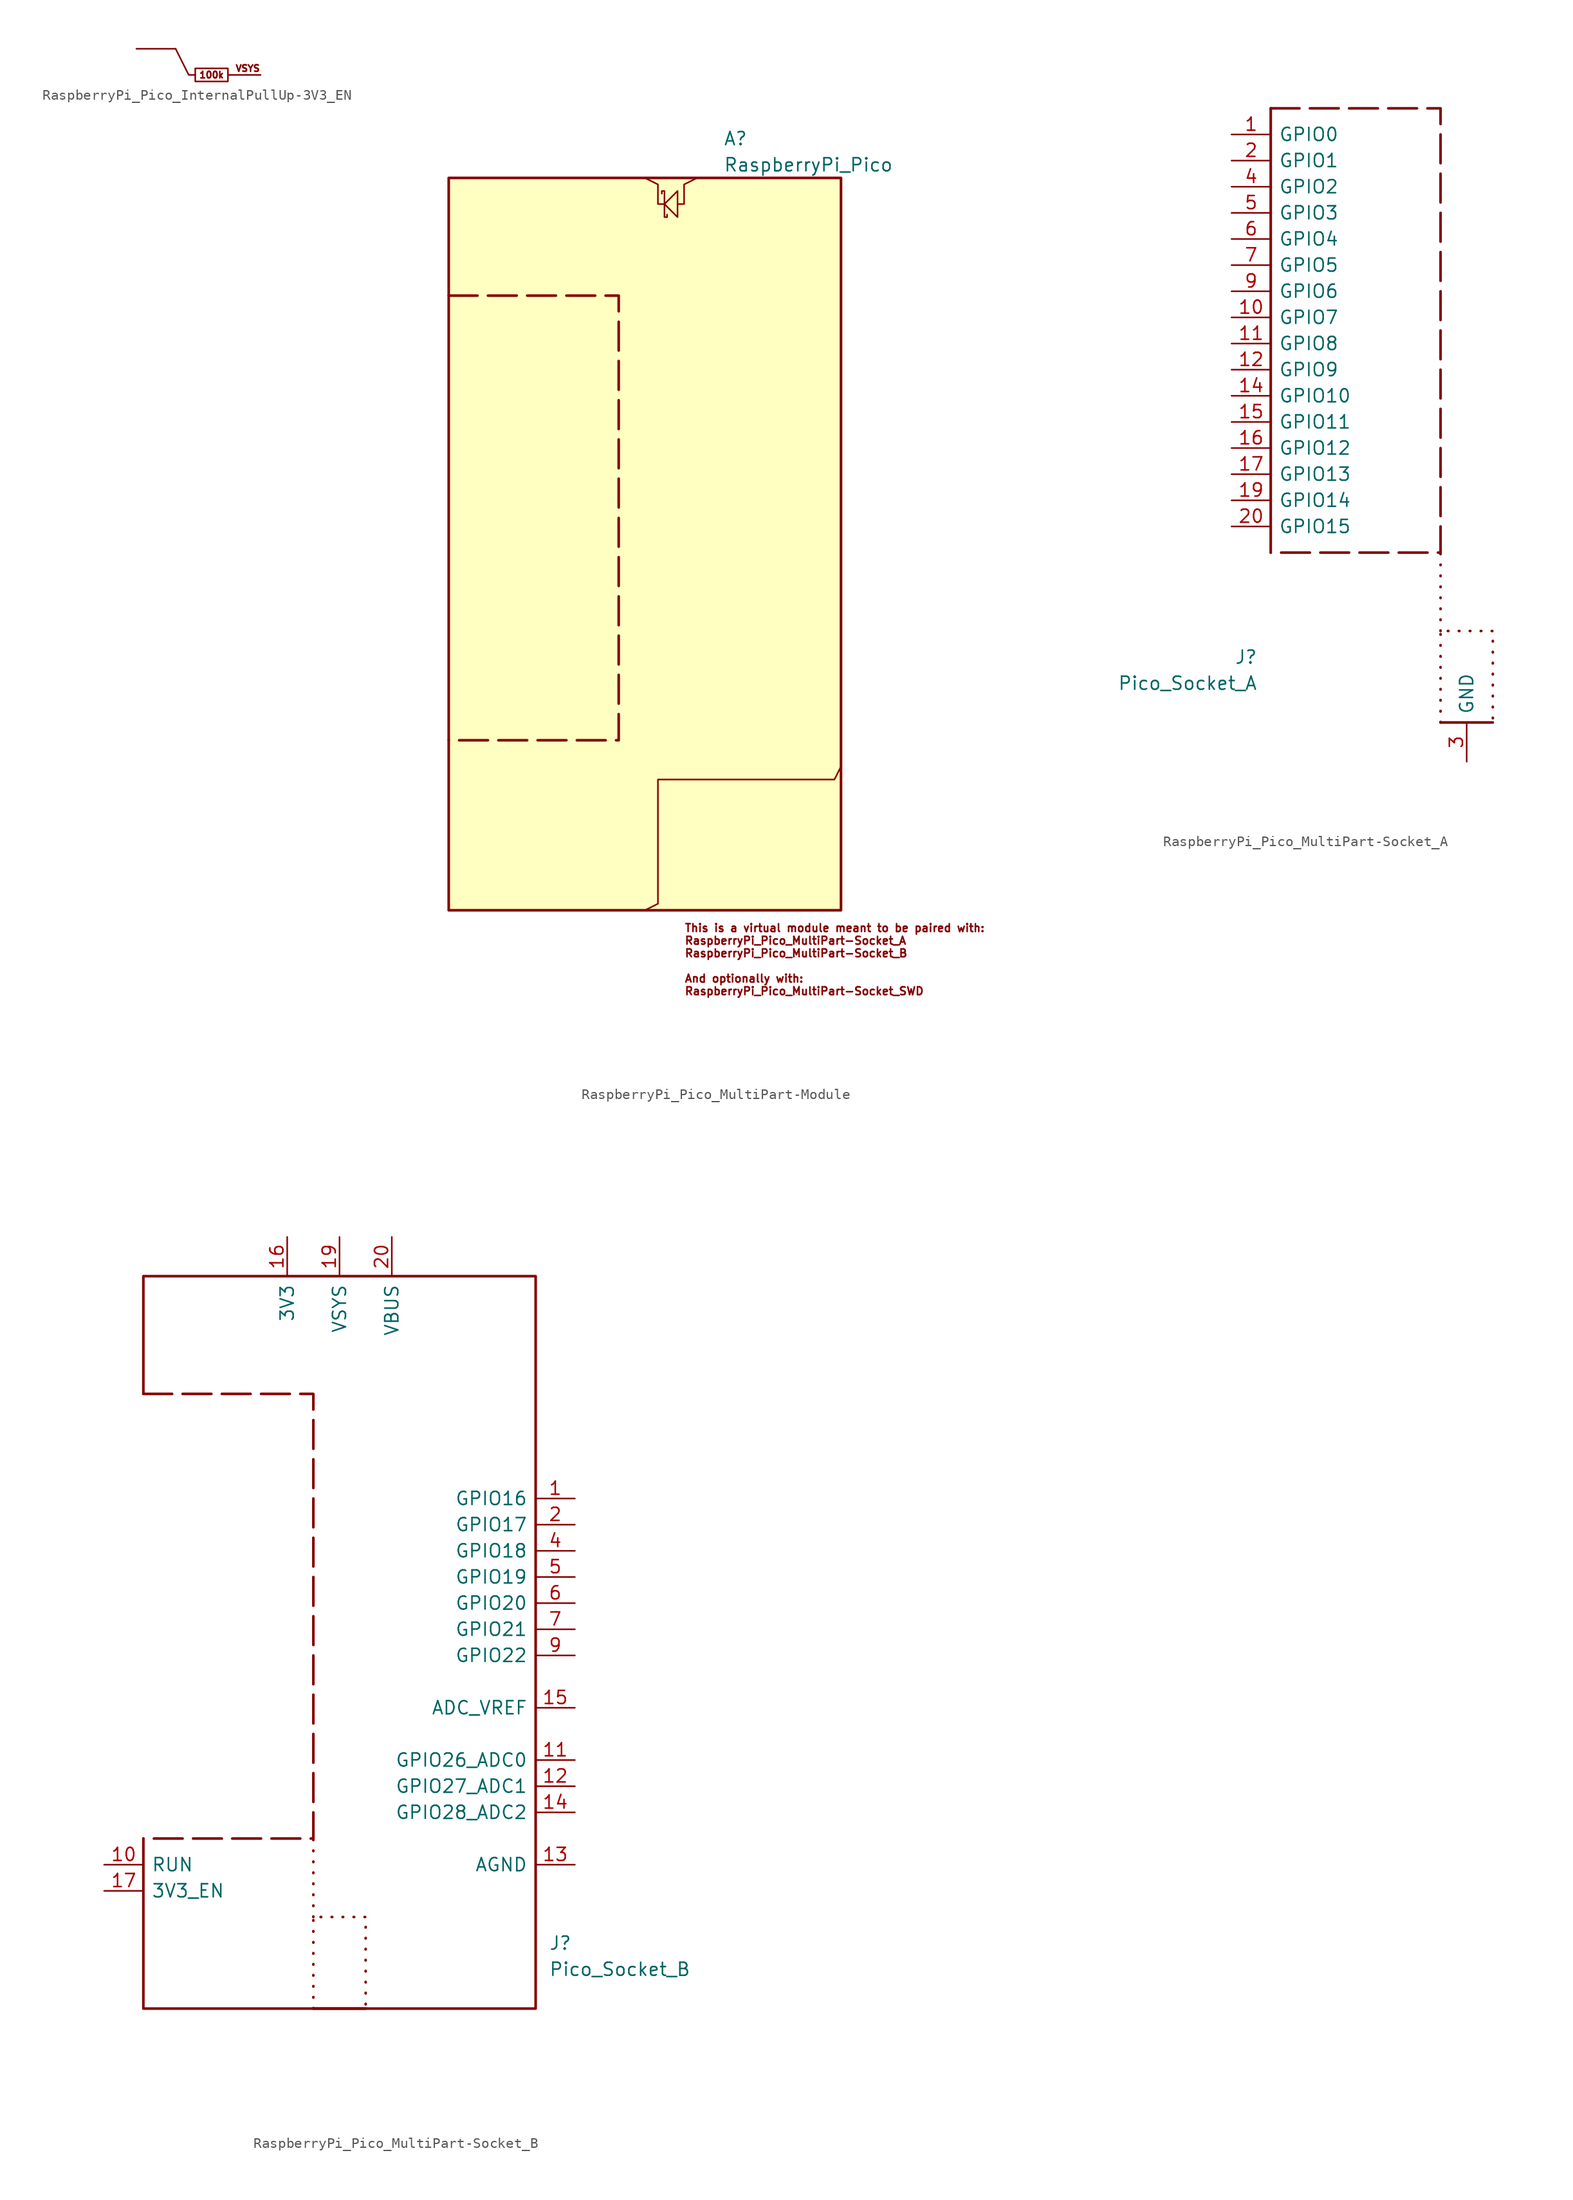
<source format=kicad_sym>
(kicad_symbol_lib
  (version 20231120)
  (generator "kicad_symbol_editor")
  (generator_version "8.0")
  (symbol "RaspberryPi_Pico_InternalPullUp-3V3_EN"
    (pin_numbers hide)
    (pin_names hide)
    (property "Reference" "#INT"
      (at 0 -7.62 0)
      (effects (font (size 1.27 1.27)) (hide yes)))
    (symbol "RaspberryPi_Pico_InternalPullUp-3V3_EN_0_1"
      (polyline (pts (xy 8.89 -2.54) (xy 12.065 -2.54)) (stroke (width 0) (type default)) (fill (type none)))
      (rectangle (start 5.715 -1.905) (end 8.89 -3.175) (stroke (width 0) (type default)) (fill (type none))))
    (symbol "RaspberryPi_Pico_InternalPullUp-3V3_EN_1_1"
      (polyline (pts (xy 5.715 -2.54) (xy 5.08 -2.54) (xy 3.81 0)) (stroke (width 0) (type default)) (fill (type none)))
      (text "100k" (at 7.303 -2.54 0) (effects (font (size 0.635 0.635))))
      (text "VSYS" (at 12.065 -1.905 0) (effects (font (size 0.635 0.635)) (justify right)))
      (pin passive line (at 0 0 0) (length 3.81) (name "INTERNAL_PULL_UP" (effects (font (size 1.27 1.27)))) (number "1" (effects (font (size 1.27 1.27)))))))
  (symbol "RaspberryPi_Pico_MultiPart-Module"
    (pin_names
      (offset 0.762))
    (property "Reference" "A"
      (at 7.62 40.64 0)
      (do_not_autoplace)
      (effects (font (size 1.27 1.27)) (justify left)))
    (property "Value" "RaspberryPi_Pico"
      (at 7.62 38.1 0)
      (do_not_autoplace)
      (effects (font (size 1.27 1.27)) (justify left)))
    (symbol "RaspberryPi_Pico_MultiPart-Module_0_1"
      (polyline (pts (xy 0 36.83) (xy 1.27 36.195) (xy 1.27 34.29) (xy 1.905 34.29)) (stroke (width 0) (type default)) (fill (type none)))
      (polyline (pts (xy 1.905 34.29) (xy 3.175 35.56) (xy 3.175 33.02) (xy 1.905 34.29)) (stroke (width 0) (type default)) (fill (type none)))
      (polyline (pts (xy 5.08 36.83) (xy 3.81 36.195) (xy 3.81 34.29) (xy 3.175 34.29)) (stroke (width 0) (type default)) (fill (type none)))
      (polyline (pts (xy 0 -34.29) (xy 1.27 -33.655) (xy 1.27 -21.59) (xy 18.415 -21.59) (xy 19.05 -20.32)) (stroke (width 0) (type default)) (fill (type none)))
      (polyline (pts (xy 1.651 35.306) (xy 1.651 35.56) (xy 1.905 35.56) (xy 1.905 33.02) (xy 2.159 33.02) (xy 2.159 33.274)) (stroke (width 0) (type default)) (fill (type none))))
    (symbol "RaspberryPi_Pico_MultiPart-Module_1_1"
      (rectangle (start -19.05 36.83) (end 19.05 -34.29) (stroke (width 0.254) (type default)) (fill (type background)))
      (polyline (pts (xy -19.05 25.4) (xy -2.54 25.4) (xy -2.54 -17.78) (xy -19.05 -17.78)) (stroke (width 0.254) (type dash)) (fill (type none)))
      (text "This is a virtual module meant to be paired with:\nRaspberryPi_Pico_MultiPart-Socket_A\nRaspberryPi_Pico_MultiPart-Socket_B\n\nAnd optionally with:\nRaspberryPi_Pico_MultiPart-Socket_SWD\n" (at 3.81 -35.56 0) (effects (font (size 0.762 0.762)) (justify left top)))))
  (symbol "RaspberryPi_Pico_MultiPart-Socket_A"
    (pin_names
      (offset 0.762))
    (property "Reference" "J"
      (at -20.32 -27.94 0)
      (do_not_autoplace)
      (effects (font (size 1.27 1.27)) (justify right)))
    (property "Value" "Pico_Socket_A"
      (at -20.32 -30.48 0)
      (do_not_autoplace)
      (effects (font (size 1.27 1.27)) (justify right)))
    (symbol "RaspberryPi_Pico_MultiPart-Socket_A_1_1"
      (polyline (pts (xy -19.05 25.4) (xy -19.05 -17.78)) (stroke (width 0.254) (type default)) (fill (type none)))
      (polyline (pts (xy -2.54 -34.29) (xy 2.54 -34.29)) (stroke (width 0.254) (type default)) (fill (type none)))
      (polyline (pts (xy -2.54 -25.4) (xy -2.54 -17.78)) (stroke (width 0.254) (type dot)) (fill (type none)))
      (polyline (pts (xy -19.05 25.4) (xy -2.54 25.4) (xy -2.54 -17.78) (xy -19.05 -17.78)) (stroke (width 0.254) (type dash)) (fill (type none)))
      (polyline (pts (xy -2.54 -34.29) (xy -2.54 -25.4) (xy 2.54 -25.4) (xy 2.54 -34.29)) (stroke (width 0.254) (type dot)) (fill (type none)))
      (pin bidirectional line (at -22.86 22.86 0) (length 3.81) (name "GPIO0" (effects (font (size 1.27 1.27)))) (number "1" (effects (font (size 1.27 1.27)))) (alternate "I2C0_SDA" bidirectional line) (alternate "PWM0_A" output line) (alternate "SPI0_RX" input line) (alternate "UART0_TX" output line) (alternate "USB_OVCUR_DET" input line))
      (pin bidirectional line (at -22.86 5.08 0) (length 3.81) (name "GPIO7" (effects (font (size 1.27 1.27)))) (number "10" (effects (font (size 1.27 1.27)))) (alternate "I2C1_SCL" bidirectional clock) (alternate "PWM3_B" bidirectional line) (alternate "SPI0_TX" output line) (alternate "UART1_RTS" output line) (alternate "USB_VBUS_DET" input line))
      (pin bidirectional line (at -22.86 2.54 0) (length 3.81) (name "GPIO8" (effects (font (size 1.27 1.27)))) (number "11" (effects (font (size 1.27 1.27)))) (alternate "I2C0_SDA" bidirectional line) (alternate "PWM4_A" output line) (alternate "SPI1_RX" input line) (alternate "UART1_TX" output line) (alternate "USB_VBUS_EN" output line))
      (pin bidirectional line (at -22.86 0 0) (length 3.81) (name "GPIO9" (effects (font (size 1.27 1.27)))) (number "12" (effects (font (size 1.27 1.27)))) (alternate "I2C0_SCL" bidirectional clock) (alternate "PWM4_B" bidirectional line) (alternate "UART1_RX" input line) (alternate "USB_OVCUR_DET" input line) (alternate "~{SPI1_CSn}" bidirectional line))
      (pin passive line (at 0 -38.1 90) (length 3.81) hide (name "GND" (effects (font (size 1.27 1.27)))) (number "13" (effects (font (size 1.27 1.27)))))
      (pin bidirectional line (at -22.86 -2.54 0) (length 3.81) (name "GPIO10" (effects (font (size 1.27 1.27)))) (number "14" (effects (font (size 1.27 1.27)))) (alternate "I2C1_SDA" bidirectional line) (alternate "PWM5_A" output line) (alternate "SPI1_SCK" bidirectional clock) (alternate "UART1_CTS" input line) (alternate "USB_VBUS_DET" input line))
      (pin bidirectional line (at -22.86 -5.08 0) (length 3.81) (name "GPIO11" (effects (font (size 1.27 1.27)))) (number "15" (effects (font (size 1.27 1.27)))) (alternate "I2C1_SCL" bidirectional clock) (alternate "PWM5_B" bidirectional line) (alternate "SPI1_TX" output line) (alternate "UART1_RTS" output line) (alternate "USB_VBUS_EN" output line))
      (pin bidirectional line (at -22.86 -7.62 0) (length 3.81) (name "GPIO12" (effects (font (size 1.27 1.27)))) (number "16" (effects (font (size 1.27 1.27)))) (alternate "I2C0_SDA" bidirectional line) (alternate "PWM6_A" output line) (alternate "SPI1_RX" input line) (alternate "UART0_TX" output line) (alternate "USB_OVCUR_DET" input line))
      (pin bidirectional line (at -22.86 -10.16 0) (length 3.81) (name "GPIO13" (effects (font (size 1.27 1.27)))) (number "17" (effects (font (size 1.27 1.27)))) (alternate "I2C0_SCL" bidirectional clock) (alternate "PWM6_B" bidirectional line) (alternate "UART0_RX" input line) (alternate "USB_VBUS_DET" input line) (alternate "~{SPI1_CSn}" bidirectional line))
      (pin passive line (at 0 -38.1 90) (length 3.81) hide (name "GND" (effects (font (size 1.27 1.27)))) (number "18" (effects (font (size 1.27 1.27)))))
      (pin bidirectional line (at -22.86 -12.7 0) (length 3.81) (name "GPIO14" (effects (font (size 1.27 1.27)))) (number "19" (effects (font (size 1.27 1.27)))) (alternate "I2C1_SDA" bidirectional line) (alternate "PWM7_A" output line) (alternate "SPI1_SCK" bidirectional clock) (alternate "UART0_CTS" input line) (alternate "USB_VBUS_EN" output line))
      (pin bidirectional line (at -22.86 20.32 0) (length 3.81) (name "GPIO1" (effects (font (size 1.27 1.27)))) (number "2" (effects (font (size 1.27 1.27)))) (alternate "I2C0_SCL" bidirectional clock) (alternate "PWM0_B" bidirectional line) (alternate "UART0_RX" input line) (alternate "USB_VBUS_DET" passive line) (alternate "~{SPI0_CSn}" bidirectional line))
      (pin bidirectional line (at -22.86 -15.24 0) (length 3.81) (name "GPIO15" (effects (font (size 1.27 1.27)))) (number "20" (effects (font (size 1.27 1.27)))) (alternate "I2C1_SCL" bidirectional clock) (alternate "PWM7_B" bidirectional line) (alternate "SPI1_TX" output line) (alternate "UART0_RTS" output line) (alternate "USB_OVCUR_DET" input line))
      (pin power_out line (at 0 -38.1 90) (length 3.81) (name "GND" (effects (font (size 1.27 1.27)))) (number "3" (effects (font (size 1.27 1.27)))) (alternate "GND_IN" power_in line))
      (pin bidirectional line (at -22.86 17.78 0) (length 3.81) (name "GPIO2" (effects (font (size 1.27 1.27)))) (number "4" (effects (font (size 1.27 1.27)))) (alternate "I2C1_SDA" bidirectional line) (alternate "PWM1_A" output line) (alternate "SPI0_SCK" bidirectional clock) (alternate "UART0_CTS" input line) (alternate "USB_VBUS_DET" input line))
      (pin bidirectional line (at -22.86 15.24 0) (length 3.81) (name "GPIO3" (effects (font (size 1.27 1.27)))) (number "5" (effects (font (size 1.27 1.27)))) (alternate "I2C1_SCL" bidirectional clock) (alternate "PWM1_B" bidirectional line) (alternate "SPI0_TX" output line) (alternate "UART0_RTS" output line) (alternate "USB_OVCUR_DET" input line))
      (pin bidirectional line (at -22.86 12.7 0) (length 3.81) (name "GPIO4" (effects (font (size 1.27 1.27)))) (number "6" (effects (font (size 1.27 1.27)))) (alternate "I2C0_SDA" bidirectional line) (alternate "PWM2_A" output line) (alternate "SPI0_RX" input line) (alternate "UART1_TX" output line) (alternate "USB_VBUS_DET" input line))
      (pin bidirectional line (at -22.86 10.16 0) (length 3.81) (name "GPIO5" (effects (font (size 1.27 1.27)))) (number "7" (effects (font (size 1.27 1.27)))) (alternate "I2C0_SCL" bidirectional clock) (alternate "PWM2_B" bidirectional line) (alternate "UART1_RX" input line) (alternate "USB_VBUS_EN" output line) (alternate "~{SPI0_CSn}" bidirectional line))
      (pin passive line (at 0 -38.1 90) (length 3.81) hide (name "GND" (effects (font (size 1.27 1.27)))) (number "8" (effects (font (size 1.27 1.27)))))
      (pin bidirectional line (at -22.86 7.62 0) (length 3.81) (name "GPIO6" (effects (font (size 1.27 1.27)))) (number "9" (effects (font (size 1.27 1.27)))) (alternate "I2C1_SDA" bidirectional line) (alternate "PWM3_A" output line) (alternate "SPI0_SCK" bidirectional clock) (alternate "UART1_CTS" input line) (alternate "USB_OVCUR_DET" input line))))
  (symbol "RaspberryPi_Pico_MultiPart-Socket_B"
    (pin_names
      (offset 0.762))
    (property "Reference" "J"
      (at 20.32 -27.94 0)
      (do_not_autoplace)
      (effects (font (size 1.27 1.27)) (justify left)))
    (property "Value" "Pico_Socket_B"
      (at 20.32 -30.48 0)
      (do_not_autoplace)
      (effects (font (size 1.27 1.27)) (justify left)))
    (symbol "RaspberryPi_Pico_MultiPart-Socket_B_1_1"
      (polyline (pts (xy -2.54 -34.29) (xy 2.54 -34.29)) (stroke (width 0.254) (type default)) (fill (type none)))
      (polyline (pts (xy -2.54 -25.4) (xy -2.54 -17.78)) (stroke (width 0.254) (type dot)) (fill (type none)))
      (polyline (pts (xy -19.05 25.4) (xy -2.54 25.4) (xy -2.54 -17.78) (xy -19.05 -17.78)) (stroke (width 0.254) (type dash)) (fill (type none)))
      (polyline (pts (xy -2.54 -34.29) (xy -2.54 -25.4) (xy 2.54 -25.4) (xy 2.54 -34.29)) (stroke (width 0.254) (type dot)) (fill (type none)))
      (polyline (pts (xy -19.05 -17.78) (xy -19.05 -34.29) (xy 19.05 -34.29) (xy 19.05 36.83) (xy -19.05 36.83) (xy -19.05 25.4)) (stroke (width 0.254) (type default)) (fill (type none)))
      (pin bidirectional line (at 22.86 15.24 180) (length 3.81) (name "GPIO16" (effects (font (size 1.27 1.27)))) (number "1" (effects (font (size 1.27 1.27)))) (alternate "I2C0_SDA" bidirectional line) (alternate "PWM0_A" output line) (alternate "SPI0_RX" input line) (alternate "UART0_TX" output line) (alternate "USB_VBUS_DET" input line))
      (pin input line (at -22.86 -20.32 0) (length 3.81) (name "RUN" (effects (font (size 1.27 1.27)))) (number "10" (effects (font (size 1.27 1.27)))) (alternate "~{RESET}" input line))
      (pin bidirectional line (at 22.86 -10.16 180) (length 3.81) (name "GPIO26_ADC0" (effects (font (size 1.27 1.27)))) (number "11" (effects (font (size 1.27 1.27)))) (alternate "ADC0" input line) (alternate "GPIO26" bidirectional line) (alternate "I2C1_SDA" bidirectional line) (alternate "PWM5_A" output line) (alternate "SPI1_SCK" bidirectional clock) (alternate "UART1_CTS" input line) (alternate "USB_VBUS_EN" output line))
      (pin bidirectional line (at 22.86 -12.7 180) (length 3.81) (name "GPIO27_ADC1" (effects (font (size 1.27 1.27)))) (number "12" (effects (font (size 1.27 1.27)))) (alternate "ADC1" input line) (alternate "GPIO27" bidirectional line) (alternate "I2C1_SCL" bidirectional clock) (alternate "PWM5_B" bidirectional line) (alternate "SPI1_TX" output line) (alternate "UART1_RTS" output line) (alternate "USB_OVCUR_DET" input line))
      (pin power_out line (at 22.86 -20.32 180) (length 3.81) (name "AGND" (effects (font (size 1.27 1.27)))) (number "13" (effects (font (size 1.27 1.27)))) (alternate "GND" passive line))
      (pin bidirectional line (at 22.86 -15.24 180) (length 3.81) (name "GPIO28_ADC2" (effects (font (size 1.27 1.27)))) (number "14" (effects (font (size 1.27 1.27)))) (alternate "ADC2" input line) (alternate "GPIO28" bidirectional line) (alternate "I2C0_SDA" bidirectional line) (alternate "PWM6_A" output line) (alternate "SPI1_RX" input line) (alternate "UART0_TX" output line) (alternate "USB_VBUS_DET" input line))
      (pin power_in line (at 22.86 -5.08 180) (length 3.81) (name "ADC_VREF" (effects (font (size 1.27 1.27)))) (number "15" (effects (font (size 1.27 1.27)))))
      (pin power_out line (at -5.08 40.64 270) (length 3.81) (name "3V3" (effects (font (size 1.27 1.27)))) (number "16" (effects (font (size 1.27 1.27)))))
      (pin input line (at -22.86 -22.86 0) (length 3.81) (name "3V3_EN" (effects (font (size 1.27 1.27)))) (number "17" (effects (font (size 1.27 1.27)))) (alternate "~{3V3_DISABLE}" input line))
      (pin passive line (at 0 -38.1 90) (length 3.81) hide (name "GND" (effects (font (size 1.27 1.27)))) (number "18" (effects (font (size 1.27 1.27)))))
      (pin power_in line (at 0 40.64 270) (length 3.81) (name "VSYS" (effects (font (size 1.27 1.27)))) (number "19" (effects (font (size 1.27 1.27)))) (alternate "VSYS_OUT" power_out line))
      (pin bidirectional line (at 22.86 12.7 180) (length 3.81) (name "GPIO17" (effects (font (size 1.27 1.27)))) (number "2" (effects (font (size 1.27 1.27)))) (alternate "I2C0_SCL" bidirectional clock) (alternate "PWM0_B" bidirectional line) (alternate "UART0_RX" input line) (alternate "USB_VBUS_EN" output line) (alternate "~{SPI0_CSn}" bidirectional line))
      (pin power_out line (at 5.08 40.64 270) (length 3.81) (name "VBUS" (effects (font (size 1.27 1.27)))) (number "20" (effects (font (size 1.27 1.27)))) (alternate "VBUS_IN" power_in line))
      (pin passive line (at 0 -38.1 90) (length 3.81) hide (name "GND" (effects (font (size 1.27 1.27)))) (number "3" (effects (font (size 1.27 1.27)))))
      (pin bidirectional line (at 22.86 10.16 180) (length 3.81) (name "GPIO18" (effects (font (size 1.27 1.27)))) (number "4" (effects (font (size 1.27 1.27)))) (alternate "I2C1_SDA" bidirectional line) (alternate "PWM1_A" output line) (alternate "SPI0_SCK" bidirectional clock) (alternate "UART0_CTS" input line) (alternate "USB_OVCUR_DET" input line))
      (pin bidirectional line (at 22.86 7.62 180) (length 3.81) (name "GPIO19" (effects (font (size 1.27 1.27)))) (number "5" (effects (font (size 1.27 1.27)))) (alternate "I2C1_SCL" bidirectional clock) (alternate "PWM1_B" bidirectional line) (alternate "SPI0_TX" output line) (alternate "UART0_RTS" output line) (alternate "USB_VBUS_DET" input line))
      (pin bidirectional line (at 22.86 5.08 180) (length 3.81) (name "GPIO20" (effects (font (size 1.27 1.27)))) (number "6" (effects (font (size 1.27 1.27)))) (alternate "CLOCK_GPIN0" input clock) (alternate "I2C0_SDA" bidirectional line) (alternate "PWM2_A" output line) (alternate "SPI0_RX" input line) (alternate "UART1_TX" output line) (alternate "USB_VBUS_EN" output line))
      (pin bidirectional line (at 22.86 2.54 180) (length 3.81) (name "GPIO21" (effects (font (size 1.27 1.27)))) (number "7" (effects (font (size 1.27 1.27)))) (alternate "CLOCK_GPOUT0" output clock) (alternate "I2C0_SCL" bidirectional clock) (alternate "PWM2_B" bidirectional line) (alternate "UART1_RX" input line) (alternate "USB_OVCUR_DET" input line) (alternate "~{SPI0_CSn}" bidirectional line))
      (pin passive line (at 0 -38.1 90) (length 3.81) hide (name "GND" (effects (font (size 1.27 1.27)))) (number "8" (effects (font (size 1.27 1.27)))))
      (pin bidirectional line (at 22.86 0 180) (length 3.81) (name "GPIO22" (effects (font (size 1.27 1.27)))) (number "9" (effects (font (size 1.27 1.27)))) (alternate "CLOCK_GPIN1" input clock) (alternate "I2C1_SDA" bidirectional line) (alternate "PWM3_A" output line) (alternate "SPI0_SCK" bidirectional clock) (alternate "UART1_CTS" input line) (alternate "USB_VBUS_DET" input line)))))
</source>
